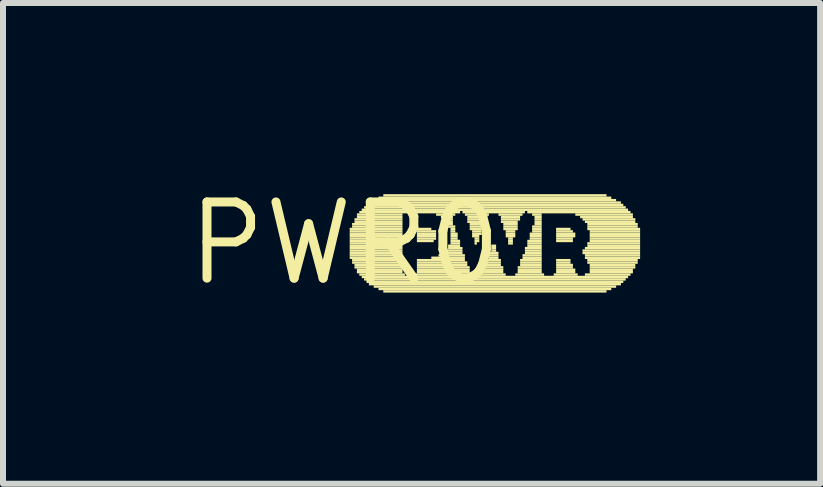
<source format=kicad_pcb>
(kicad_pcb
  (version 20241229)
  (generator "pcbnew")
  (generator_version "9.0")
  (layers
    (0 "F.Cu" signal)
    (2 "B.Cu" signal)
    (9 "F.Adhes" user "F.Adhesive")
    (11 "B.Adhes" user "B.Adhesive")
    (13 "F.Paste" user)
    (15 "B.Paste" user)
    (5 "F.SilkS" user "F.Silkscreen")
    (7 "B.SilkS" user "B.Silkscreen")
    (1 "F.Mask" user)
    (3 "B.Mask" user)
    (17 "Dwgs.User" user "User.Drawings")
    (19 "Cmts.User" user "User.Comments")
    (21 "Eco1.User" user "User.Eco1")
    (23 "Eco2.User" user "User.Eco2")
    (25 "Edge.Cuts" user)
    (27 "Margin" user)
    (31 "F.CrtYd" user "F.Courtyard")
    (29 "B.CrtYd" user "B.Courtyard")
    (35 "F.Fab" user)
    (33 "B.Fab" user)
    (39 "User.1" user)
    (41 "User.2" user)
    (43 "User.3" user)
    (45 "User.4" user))
  (footprint "PWR0"
    (layer "F.Cu")
    (at 2.698 1.006)
    (property "Reference" "PWR0" (at 0 0 0) (layer "F.SilkS") (effects (font (size 1.27 1.27) (thickness 0.15))))
    (fp_poly (pts (xy 0.08 -0.22) (xy 0.96 -0.22) (xy 0.96 -0.26) (xy 0.08 -0.26)) (stroke (width 0) (type solid)) (fill yes) (layer "F.SilkS"))
    (fp_poly (pts (xy 0.08 -0.18) (xy 0.96 -0.18) (xy 0.96 -0.22) (xy 0.08 -0.22)) (stroke (width 0) (type solid)) (fill yes) (layer "F.SilkS"))
    (fp_poly (pts (xy 0.08 -0.14) (xy 0.96 -0.14) (xy 0.96 -0.18) (xy 0.08 -0.18)) (stroke (width 0) (type solid)) (fill yes) (layer "F.SilkS"))
    (fp_poly (pts (xy 0.08 -0.1) (xy 0.96 -0.1) (xy 0.96 -0.14) (xy 0.08 -0.14)) (stroke (width 0) (type solid)) (fill yes) (layer "F.SilkS"))
    (fp_poly (pts (xy 0.08 -0.06) (xy 0.96 -0.06) (xy 0.96 -0.1) (xy 0.08 -0.1)) (stroke (width 0) (type solid)) (fill yes) (layer "F.SilkS"))
    (fp_poly (pts (xy 0.08 -0.02) (xy 0.96 -0.02) (xy 0.96 -0.06) (xy 0.08 -0.06)) (stroke (width 0) (type solid)) (fill yes) (layer "F.SilkS"))
    (fp_poly (pts (xy 0.08 0.02) (xy 0.96 0.02) (xy 0.96 -0.02) (xy 0.08 -0.02)) (stroke (width 0) (type solid)) (fill yes) (layer "F.SilkS"))
    (fp_poly (pts (xy 0.08 0.06) (xy 0.96 0.06) (xy 0.96 0.02) (xy 0.08 0.02)) (stroke (width 0) (type solid)) (fill yes) (layer "F.SilkS"))
    (fp_poly (pts (xy 0.08 0.1) (xy 0.96 0.1) (xy 0.96 0.06) (xy 0.08 0.06)) (stroke (width 0) (type solid)) (fill yes) (layer "F.SilkS"))
    (fp_poly (pts (xy 0.08 0.14) (xy 0.96 0.14) (xy 0.96 0.1) (xy 0.08 0.1)) (stroke (width 0) (type solid)) (fill yes) (layer "F.SilkS"))
    (fp_poly (pts (xy 0.08 0.18) (xy 0.96 0.18) (xy 0.96 0.14) (xy 0.08 0.14)) (stroke (width 0) (type solid)) (fill yes) (layer "F.SilkS"))
    (fp_poly (pts (xy 0.08 0.22) (xy 0.96 0.22) (xy 0.96 0.18) (xy 0.08 0.18)) (stroke (width 0) (type solid)) (fill yes) (layer "F.SilkS"))
    (fp_poly (pts (xy 0.08 0.26) (xy 0.96 0.26) (xy 0.96 0.22) (xy 0.08 0.22)) (stroke (width 0) (type solid)) (fill yes) (layer "F.SilkS"))
    (fp_poly (pts (xy 0.12 -0.3) (xy 0.96 -0.3) (xy 0.96 -0.34) (xy 0.12 -0.34)) (stroke (width 0) (type solid)) (fill yes) (layer "F.SilkS"))
    (fp_poly (pts (xy 0.12 -0.26) (xy 0.96 -0.26) (xy 0.96 -0.3) (xy 0.12 -0.3)) (stroke (width 0) (type solid)) (fill yes) (layer "F.SilkS"))
    (fp_poly (pts (xy 0.12 0.3) (xy 0.96 0.3) (xy 0.96 0.26) (xy 0.12 0.26)) (stroke (width 0) (type solid)) (fill yes) (layer "F.SilkS"))
    (fp_poly (pts (xy 0.12 0.34) (xy 0.96 0.34) (xy 0.96 0.3) (xy 0.12 0.3)) (stroke (width 0) (type solid)) (fill yes) (layer "F.SilkS"))
    (fp_poly (pts (xy 0.16 -0.38) (xy 0.96 -0.38) (xy 0.96 -0.42) (xy 0.16 -0.42)) (stroke (width 0) (type solid)) (fill yes) (layer "F.SilkS"))
    (fp_poly (pts (xy 0.16 -0.34) (xy 0.96 -0.34) (xy 0.96 -0.38) (xy 0.16 -0.38)) (stroke (width 0) (type solid)) (fill yes) (layer "F.SilkS"))
    (fp_poly (pts (xy 0.16 0.38) (xy 0.96 0.38) (xy 0.96 0.34) (xy 0.16 0.34)) (stroke (width 0) (type solid)) (fill yes) (layer "F.SilkS"))
    (fp_poly (pts (xy 0.16 0.42) (xy 0.96 0.42) (xy 0.96 0.38) (xy 0.16 0.38)) (stroke (width 0) (type solid)) (fill yes) (layer "F.SilkS"))
    (fp_poly (pts (xy 0.2 -0.46) (xy 0.96 -0.46) (xy 0.96 -0.5) (xy 0.2 -0.5)) (stroke (width 0) (type solid)) (fill yes) (layer "F.SilkS"))
    (fp_poly (pts (xy 0.2 -0.42) (xy 0.96 -0.42) (xy 0.96 -0.46) (xy 0.2 -0.46)) (stroke (width 0) (type solid)) (fill yes) (layer "F.SilkS"))
    (fp_poly (pts (xy 0.2 0.46) (xy 0.96 0.46) (xy 0.96 0.42) (xy 0.2 0.42)) (stroke (width 0) (type solid)) (fill yes) (layer "F.SilkS"))
    (fp_poly (pts (xy 0.2 0.5) (xy 0.96 0.5) (xy 0.96 0.46) (xy 0.2 0.46)) (stroke (width 0) (type solid)) (fill yes) (layer "F.SilkS"))
    (fp_poly (pts (xy 0.24 -0.5) (xy 1.92 -0.5) (xy 1.92 -0.54) (xy 0.24 -0.54)) (stroke (width 0) (type solid)) (fill yes) (layer "F.SilkS"))
    (fp_poly (pts (xy 0.24 0.54) (xy 1 0.54) (xy 1 0.5) (xy 0.24 0.5)) (stroke (width 0) (type solid)) (fill yes) (layer "F.SilkS"))
    (fp_poly (pts (xy 0.28 -0.54) (xy 4.72 -0.54) (xy 4.72 -0.58) (xy 0.28 -0.58)) (stroke (width 0) (type solid)) (fill yes) (layer "F.SilkS"))
    (fp_poly (pts (xy 0.28 0.58) (xy 4.72 0.58) (xy 4.72 0.54) (xy 0.28 0.54)) (stroke (width 0) (type solid)) (fill yes) (layer "F.SilkS"))
    (fp_poly (pts (xy 0.32 -0.58) (xy 4.68 -0.58) (xy 4.68 -0.62) (xy 0.32 -0.62)) (stroke (width 0) (type solid)) (fill yes) (layer "F.SilkS"))
    (fp_poly (pts (xy 0.32 0.62) (xy 4.68 0.62) (xy 4.68 0.58) (xy 0.32 0.58)) (stroke (width 0) (type solid)) (fill yes) (layer "F.SilkS"))
    (fp_poly (pts (xy 0.36 -0.62) (xy 4.64 -0.62) (xy 4.64 -0.66) (xy 0.36 -0.66)) (stroke (width 0) (type solid)) (fill yes) (layer "F.SilkS"))
    (fp_poly (pts (xy 0.36 0.66) (xy 4.64 0.66) (xy 4.64 0.62) (xy 0.36 0.62)) (stroke (width 0) (type solid)) (fill yes) (layer "F.SilkS"))
    (fp_poly (pts (xy 0.4 -0.66) (xy 4.6 -0.66) (xy 4.6 -0.7) (xy 0.4 -0.7)) (stroke (width 0) (type solid)) (fill yes) (layer "F.SilkS"))
    (fp_poly (pts (xy 0.4 0.7) (xy 4.6 0.7) (xy 4.6 0.66) (xy 0.4 0.66)) (stroke (width 0) (type solid)) (fill yes) (layer "F.SilkS"))
    (fp_poly (pts (xy 0.48 -0.7) (xy 4.52 -0.7) (xy 4.52 -0.74) (xy 0.48 -0.74)) (stroke (width 0) (type solid)) (fill yes) (layer "F.SilkS"))
    (fp_poly (pts (xy 0.48 0.74) (xy 4.52 0.74) (xy 4.52 0.7) (xy 0.48 0.7)) (stroke (width 0) (type solid)) (fill yes) (layer "F.SilkS"))
    (fp_poly (pts (xy 0.56 -0.74) (xy 4.44 -0.74) (xy 4.44 -0.78) (xy 0.56 -0.78)) (stroke (width 0) (type solid)) (fill yes) (layer "F.SilkS"))
    (fp_poly (pts (xy 0.56 0.78) (xy 4.44 0.78) (xy 4.44 0.74) (xy 0.56 0.74)) (stroke (width 0) (type solid)) (fill yes) (layer "F.SilkS"))
    (fp_poly (pts (xy 0.64 -0.78) (xy 4.36 -0.78) (xy 4.36 -0.82) (xy 0.64 -0.82)) (stroke (width 0) (type solid)) (fill yes) (layer "F.SilkS"))
    (fp_poly (pts (xy 0.64 0.82) (xy 4.36 0.82) (xy 4.36 0.78) (xy 0.64 0.78)) (stroke (width 0) (type solid)) (fill yes) (layer "F.SilkS"))
    (fp_poly (pts (xy 1.16 0.54) (xy 2.12 0.54) (xy 2.12 0.5) (xy 1.16 0.5)) (stroke (width 0) (type solid)) (fill yes) (layer "F.SilkS"))
    (fp_poly (pts (xy 1.2 -0.22) (xy 1.44 -0.22) (xy 1.44 -0.26) (xy 1.2 -0.26)) (stroke (width 0) (type solid)) (fill yes) (layer "F.SilkS"))
    (fp_poly (pts (xy 1.2 -0.18) (xy 1.52 -0.18) (xy 1.52 -0.22) (xy 1.2 -0.22)) (stroke (width 0) (type solid)) (fill yes) (layer "F.SilkS"))
    (fp_poly (pts (xy 1.2 -0.14) (xy 1.52 -0.14) (xy 1.52 -0.18) (xy 1.2 -0.18)) (stroke (width 0) (type solid)) (fill yes) (layer "F.SilkS"))
    (fp_poly (pts (xy 1.2 -0.1) (xy 1.52 -0.1) (xy 1.52 -0.14) (xy 1.2 -0.14)) (stroke (width 0) (type solid)) (fill yes) (layer "F.SilkS"))
    (fp_poly (pts (xy 1.2 -0.06) (xy 1.52 -0.06) (xy 1.52 -0.1) (xy 1.2 -0.1)) (stroke (width 0) (type solid)) (fill yes) (layer "F.SilkS"))
    (fp_poly (pts (xy 1.2 -0.02) (xy 1.48 -0.02) (xy 1.48 -0.06) (xy 1.2 -0.06)) (stroke (width 0) (type solid)) (fill yes) (layer "F.SilkS"))
    (fp_poly (pts (xy 1.2 0.3) (xy 2 0.3) (xy 2 0.26) (xy 1.2 0.26)) (stroke (width 0) (type solid)) (fill yes) (layer "F.SilkS"))
    (fp_poly (pts (xy 1.2 0.34) (xy 2.04 0.34) (xy 2.04 0.3) (xy 1.2 0.3)) (stroke (width 0) (type solid)) (fill yes) (layer "F.SilkS"))
    (fp_poly (pts (xy 1.2 0.38) (xy 2.04 0.38) (xy 2.04 0.34) (xy 1.2 0.34)) (stroke (width 0) (type solid)) (fill yes) (layer "F.SilkS"))
    (fp_poly (pts (xy 1.2 0.42) (xy 2.08 0.42) (xy 2.08 0.38) (xy 1.2 0.38)) (stroke (width 0) (type solid)) (fill yes) (layer "F.SilkS"))
    (fp_poly (pts (xy 1.2 0.46) (xy 2.08 0.46) (xy 2.08 0.42) (xy 1.2 0.42)) (stroke (width 0) (type solid)) (fill yes) (layer "F.SilkS"))
    (fp_poly (pts (xy 1.2 0.5) (xy 2.08 0.5) (xy 2.08 0.46) (xy 1.2 0.46)) (stroke (width 0) (type solid)) (fill yes) (layer "F.SilkS"))
    (fp_poly (pts (xy 1.44 0.26) (xy 2 0.26) (xy 2 0.22) (xy 1.44 0.22)) (stroke (width 0) (type solid)) (fill yes) (layer "F.SilkS"))
    (fp_poly (pts (xy 1.52 -0.46) (xy 1.84 -0.46) (xy 1.84 -0.5) (xy 1.52 -0.5)) (stroke (width 0) (type solid)) (fill yes) (layer "F.SilkS"))
    (fp_poly (pts (xy 1.56 0.22) (xy 2 0.22) (xy 2 0.18) (xy 1.56 0.18)) (stroke (width 0) (type solid)) (fill yes) (layer "F.SilkS"))
    (fp_poly (pts (xy 1.6 -0.42) (xy 1.8 -0.42) (xy 1.8 -0.46) (xy 1.6 -0.46)) (stroke (width 0) (type solid)) (fill yes) (layer "F.SilkS"))
    (fp_poly (pts (xy 1.64 -0.38) (xy 1.8 -0.38) (xy 1.8 -0.42) (xy 1.64 -0.42)) (stroke (width 0) (type solid)) (fill yes) (layer "F.SilkS"))
    (fp_poly (pts (xy 1.64 0.18) (xy 1.96 0.18) (xy 1.96 0.14) (xy 1.64 0.14)) (stroke (width 0) (type solid)) (fill yes) (layer "F.SilkS"))
    (fp_poly (pts (xy 1.68 -0.34) (xy 1.8 -0.34) (xy 1.8 -0.38) (xy 1.68 -0.38)) (stroke (width 0) (type solid)) (fill yes) (layer "F.SilkS"))
    (fp_poly (pts (xy 1.68 0.14) (xy 1.96 0.14) (xy 1.96 0.1) (xy 1.68 0.1)) (stroke (width 0) (type solid)) (fill yes) (layer "F.SilkS"))
    (fp_poly (pts (xy 1.72 -0.3) (xy 1.8 -0.3) (xy 1.8 -0.34) (xy 1.72 -0.34)) (stroke (width 0) (type solid)) (fill yes) (layer "F.SilkS"))
    (fp_poly (pts (xy 1.72 -0.26) (xy 1.84 -0.26) (xy 1.84 -0.3) (xy 1.72 -0.3)) (stroke (width 0) (type solid)) (fill yes) (layer "F.SilkS"))
    (fp_poly (pts (xy 1.72 0.06) (xy 1.92 0.06) (xy 1.92 0.02) (xy 1.72 0.02)) (stroke (width 0) (type solid)) (fill yes) (layer "F.SilkS"))
    (fp_poly (pts (xy 1.72 0.1) (xy 1.96 0.1) (xy 1.96 0.06) (xy 1.72 0.06)) (stroke (width 0) (type solid)) (fill yes) (layer "F.SilkS"))
    (fp_poly (pts (xy 1.76 -0.22) (xy 1.84 -0.22) (xy 1.84 -0.26) (xy 1.76 -0.26)) (stroke (width 0) (type solid)) (fill yes) (layer "F.SilkS"))
    (fp_poly (pts (xy 1.76 -0.18) (xy 1.84 -0.18) (xy 1.84 -0.22) (xy 1.76 -0.22)) (stroke (width 0) (type solid)) (fill yes) (layer "F.SilkS"))
    (fp_poly (pts (xy 1.76 -0.14) (xy 1.88 -0.14) (xy 1.88 -0.18) (xy 1.76 -0.18)) (stroke (width 0) (type solid)) (fill yes) (layer "F.SilkS"))
    (fp_poly (pts (xy 1.76 -0.1) (xy 1.88 -0.1) (xy 1.88 -0.14) (xy 1.76 -0.14)) (stroke (width 0) (type solid)) (fill yes) (layer "F.SilkS"))
    (fp_poly (pts (xy 1.76 -0.06) (xy 1.88 -0.06) (xy 1.88 -0.1) (xy 1.76 -0.1)) (stroke (width 0) (type solid)) (fill yes) (layer "F.SilkS"))
    (fp_poly (pts (xy 1.76 -0.02) (xy 1.92 -0.02) (xy 1.92 -0.06) (xy 1.76 -0.06)) (stroke (width 0) (type solid)) (fill yes) (layer "F.SilkS"))
    (fp_poly (pts (xy 1.76 0.02) (xy 1.92 0.02) (xy 1.92 -0.02) (xy 1.76 -0.02)) (stroke (width 0) (type solid)) (fill yes) (layer "F.SilkS"))
    (fp_poly (pts (xy 1.96 -0.5) (xy 3 -0.5) (xy 3 -0.54) (xy 1.96 -0.54)) (stroke (width 0) (type solid)) (fill yes) (layer "F.SilkS"))
    (fp_poly (pts (xy 2 -0.46) (xy 2.4 -0.46) (xy 2.4 -0.5) (xy 2 -0.5)) (stroke (width 0) (type solid)) (fill yes) (layer "F.SilkS"))
    (fp_poly (pts (xy 2.04 -0.42) (xy 2.36 -0.42) (xy 2.36 -0.46) (xy 2.04 -0.46)) (stroke (width 0) (type solid)) (fill yes) (layer "F.SilkS"))
    (fp_poly (pts (xy 2.04 -0.38) (xy 2.36 -0.38) (xy 2.36 -0.42) (xy 2.04 -0.42)) (stroke (width 0) (type solid)) (fill yes) (layer "F.SilkS"))
    (fp_poly (pts (xy 2.04 -0.34) (xy 2.32 -0.34) (xy 2.32 -0.38) (xy 2.04 -0.38)) (stroke (width 0) (type solid)) (fill yes) (layer "F.SilkS"))
    (fp_poly (pts (xy 2.08 -0.3) (xy 2.32 -0.3) (xy 2.32 -0.34) (xy 2.08 -0.34)) (stroke (width 0) (type solid)) (fill yes) (layer "F.SilkS"))
    (fp_poly (pts (xy 2.08 -0.26) (xy 2.32 -0.26) (xy 2.32 -0.3) (xy 2.08 -0.3)) (stroke (width 0) (type solid)) (fill yes) (layer "F.SilkS"))
    (fp_poly (pts (xy 2.08 -0.22) (xy 2.28 -0.22) (xy 2.28 -0.26) (xy 2.08 -0.26)) (stroke (width 0) (type solid)) (fill yes) (layer "F.SilkS"))
    (fp_poly (pts (xy 2.12 -0.18) (xy 2.28 -0.18) (xy 2.28 -0.22) (xy 2.12 -0.22)) (stroke (width 0) (type solid)) (fill yes) (layer "F.SilkS"))
    (fp_poly (pts (xy 2.12 -0.14) (xy 2.28 -0.14) (xy 2.28 -0.18) (xy 2.12 -0.18)) (stroke (width 0) (type solid)) (fill yes) (layer "F.SilkS"))
    (fp_poly (pts (xy 2.12 -0.1) (xy 2.24 -0.1) (xy 2.24 -0.14) (xy 2.12 -0.14)) (stroke (width 0) (type solid)) (fill yes) (layer "F.SilkS"))
    (fp_poly (pts (xy 2.16 -0.06) (xy 2.24 -0.06) (xy 2.24 -0.1) (xy 2.16 -0.1)) (stroke (width 0) (type solid)) (fill yes) (layer "F.SilkS"))
    (fp_poly (pts (xy 2.16 -0.02) (xy 2.24 -0.02) (xy 2.24 -0.06) (xy 2.16 -0.06)) (stroke (width 0) (type solid)) (fill yes) (layer "F.SilkS"))
    (fp_poly (pts (xy 2.16 0.02) (xy 2.2 0.02) (xy 2.2 -0.02) (xy 2.16 -0.02)) (stroke (width 0) (type solid)) (fill yes) (layer "F.SilkS"))
    (fp_poly (pts (xy 2.24 0.54) (xy 2.68 0.54) (xy 2.68 0.5) (xy 2.24 0.5)) (stroke (width 0) (type solid)) (fill yes) (layer "F.SilkS"))
    (fp_poly (pts (xy 2.28 0.5) (xy 2.64 0.5) (xy 2.64 0.46) (xy 2.28 0.46)) (stroke (width 0) (type solid)) (fill yes) (layer "F.SilkS"))
    (fp_poly (pts (xy 2.32 0.42) (xy 2.64 0.42) (xy 2.64 0.38) (xy 2.32 0.38)) (stroke (width 0) (type solid)) (fill yes) (layer "F.SilkS"))
    (fp_poly (pts (xy 2.32 0.46) (xy 2.64 0.46) (xy 2.64 0.42) (xy 2.32 0.42)) (stroke (width 0) (type solid)) (fill yes) (layer "F.SilkS"))
    (fp_poly (pts (xy 2.36 0.3) (xy 2.6 0.3) (xy 2.6 0.26) (xy 2.36 0.26)) (stroke (width 0) (type solid)) (fill yes) (layer "F.SilkS"))
    (fp_poly (pts (xy 2.36 0.34) (xy 2.6 0.34) (xy 2.6 0.3) (xy 2.36 0.3)) (stroke (width 0) (type solid)) (fill yes) (layer "F.SilkS"))
    (fp_poly (pts (xy 2.36 0.38) (xy 2.6 0.38) (xy 2.6 0.34) (xy 2.36 0.34)) (stroke (width 0) (type solid)) (fill yes) (layer "F.SilkS"))
    (fp_poly (pts (xy 2.4 0.18) (xy 2.56 0.18) (xy 2.56 0.14) (xy 2.4 0.14)) (stroke (width 0) (type solid)) (fill yes) (layer "F.SilkS"))
    (fp_poly (pts (xy 2.4 0.22) (xy 2.56 0.22) (xy 2.56 0.18) (xy 2.4 0.18)) (stroke (width 0) (type solid)) (fill yes) (layer "F.SilkS"))
    (fp_poly (pts (xy 2.4 0.26) (xy 2.56 0.26) (xy 2.56 0.22) (xy 2.4 0.22)) (stroke (width 0) (type solid)) (fill yes) (layer "F.SilkS"))
    (fp_poly (pts (xy 2.44 0.06) (xy 2.52 0.06) (xy 2.52 0.02) (xy 2.44 0.02)) (stroke (width 0) (type solid)) (fill yes) (layer "F.SilkS"))
    (fp_poly (pts (xy 2.44 0.1) (xy 2.52 0.1) (xy 2.52 0.06) (xy 2.44 0.06)) (stroke (width 0) (type solid)) (fill yes) (layer "F.SilkS"))
    (fp_poly (pts (xy 2.44 0.14) (xy 2.52 0.14) (xy 2.52 0.1) (xy 2.44 0.1)) (stroke (width 0) (type solid)) (fill yes) (layer "F.SilkS"))
    (fp_poly (pts (xy 2.56 -0.46) (xy 2.96 -0.46) (xy 2.96 -0.5) (xy 2.56 -0.5)) (stroke (width 0) (type solid)) (fill yes) (layer "F.SilkS"))
    (fp_poly (pts (xy 2.6 -0.42) (xy 2.92 -0.42) (xy 2.92 -0.46) (xy 2.6 -0.46)) (stroke (width 0) (type solid)) (fill yes) (layer "F.SilkS"))
    (fp_poly (pts (xy 2.6 -0.38) (xy 2.92 -0.38) (xy 2.92 -0.42) (xy 2.6 -0.42)) (stroke (width 0) (type solid)) (fill yes) (layer "F.SilkS"))
    (fp_poly (pts (xy 2.6 -0.34) (xy 2.88 -0.34) (xy 2.88 -0.38) (xy 2.6 -0.38)) (stroke (width 0) (type solid)) (fill yes) (layer "F.SilkS"))
    (fp_poly (pts (xy 2.64 -0.3) (xy 2.88 -0.3) (xy 2.88 -0.34) (xy 2.64 -0.34)) (stroke (width 0) (type solid)) (fill yes) (layer "F.SilkS"))
    (fp_poly (pts (xy 2.64 -0.26) (xy 2.88 -0.26) (xy 2.88 -0.3) (xy 2.64 -0.3)) (stroke (width 0) (type solid)) (fill yes) (layer "F.SilkS"))
    (fp_poly (pts (xy 2.64 -0.22) (xy 2.88 -0.22) (xy 2.88 -0.26) (xy 2.64 -0.26)) (stroke (width 0) (type solid)) (fill yes) (layer "F.SilkS"))
    (fp_poly (pts (xy 2.68 -0.18) (xy 2.84 -0.18) (xy 2.84 -0.22) (xy 2.68 -0.22)) (stroke (width 0) (type solid)) (fill yes) (layer "F.SilkS"))
    (fp_poly (pts (xy 2.68 -0.14) (xy 2.84 -0.14) (xy 2.84 -0.18) (xy 2.68 -0.18)) (stroke (width 0) (type solid)) (fill yes) (layer "F.SilkS"))
    (fp_poly (pts (xy 2.68 -0.1) (xy 2.84 -0.1) (xy 2.84 -0.14) (xy 2.68 -0.14)) (stroke (width 0) (type solid)) (fill yes) (layer "F.SilkS"))
    (fp_poly (pts (xy 2.72 -0.06) (xy 2.8 -0.06) (xy 2.8 -0.1) (xy 2.72 -0.1)) (stroke (width 0) (type solid)) (fill yes) (layer "F.SilkS"))
    (fp_poly (pts (xy 2.72 -0.02) (xy 2.8 -0.02) (xy 2.8 -0.06) (xy 2.72 -0.06)) (stroke (width 0) (type solid)) (fill yes) (layer "F.SilkS"))
    (fp_poly (pts (xy 2.72 0.02) (xy 2.8 0.02) (xy 2.8 -0.02) (xy 2.72 -0.02)) (stroke (width 0) (type solid)) (fill yes) (layer "F.SilkS"))
    (fp_poly (pts (xy 2.84 0.54) (xy 3.32 0.54) (xy 3.32 0.5) (xy 2.84 0.5)) (stroke (width 0) (type solid)) (fill yes) (layer "F.SilkS"))
    (fp_poly (pts (xy 2.88 0.42) (xy 3.28 0.42) (xy 3.28 0.38) (xy 2.88 0.38)) (stroke (width 0) (type solid)) (fill yes) (layer "F.SilkS"))
    (fp_poly (pts (xy 2.88 0.46) (xy 3.28 0.46) (xy 3.28 0.42) (xy 2.88 0.42)) (stroke (width 0) (type solid)) (fill yes) (layer "F.SilkS"))
    (fp_poly (pts (xy 2.88 0.5) (xy 3.28 0.5) (xy 3.28 0.46) (xy 2.88 0.46)) (stroke (width 0) (type solid)) (fill yes) (layer "F.SilkS"))
    (fp_poly (pts (xy 2.92 0.3) (xy 3.28 0.3) (xy 3.28 0.26) (xy 2.92 0.26)) (stroke (width 0) (type solid)) (fill yes) (layer "F.SilkS"))
    (fp_poly (pts (xy 2.92 0.34) (xy 3.28 0.34) (xy 3.28 0.3) (xy 2.92 0.3)) (stroke (width 0) (type solid)) (fill yes) (layer "F.SilkS"))
    (fp_poly (pts (xy 2.92 0.38) (xy 3.28 0.38) (xy 3.28 0.34) (xy 2.92 0.34)) (stroke (width 0) (type solid)) (fill yes) (layer "F.SilkS"))
    (fp_poly (pts (xy 2.96 0.22) (xy 3.28 0.22) (xy 3.28 0.18) (xy 2.96 0.18)) (stroke (width 0) (type solid)) (fill yes) (layer "F.SilkS"))
    (fp_poly (pts (xy 2.96 0.26) (xy 3.28 0.26) (xy 3.28 0.22) (xy 2.96 0.22)) (stroke (width 0) (type solid)) (fill yes) (layer "F.SilkS"))
    (fp_poly (pts (xy 3 0.1) (xy 3.28 0.1) (xy 3.28 0.06) (xy 3 0.06)) (stroke (width 0) (type solid)) (fill yes) (layer "F.SilkS"))
    (fp_poly (pts (xy 3 0.14) (xy 3.28 0.14) (xy 3.28 0.1) (xy 3 0.1)) (stroke (width 0) (type solid)) (fill yes) (layer "F.SilkS"))
    (fp_poly (pts (xy 3 0.18) (xy 3.28 0.18) (xy 3.28 0.14) (xy 3 0.14)) (stroke (width 0) (type solid)) (fill yes) (layer "F.SilkS"))
    (fp_poly (pts (xy 3.04 -0.5) (xy 4.76 -0.5) (xy 4.76 -0.54) (xy 3.04 -0.54)) (stroke (width 0) (type solid)) (fill yes) (layer "F.SilkS"))
    (fp_poly (pts (xy 3.04 -0.02) (xy 3.28 -0.02) (xy 3.28 -0.06) (xy 3.04 -0.06)) (stroke (width 0) (type solid)) (fill yes) (layer "F.SilkS"))
    (fp_poly (pts (xy 3.04 0.02) (xy 3.28 0.02) (xy 3.28 -0.02) (xy 3.04 -0.02)) (stroke (width 0) (type solid)) (fill yes) (layer "F.SilkS"))
    (fp_poly (pts (xy 3.04 0.06) (xy 3.28 0.06) (xy 3.28 0.02) (xy 3.04 0.02)) (stroke (width 0) (type solid)) (fill yes) (layer "F.SilkS"))
    (fp_poly (pts (xy 3.08 -0.14) (xy 3.28 -0.14) (xy 3.28 -0.18) (xy 3.08 -0.18)) (stroke (width 0) (type solid)) (fill yes) (layer "F.SilkS"))
    (fp_poly (pts (xy 3.08 -0.1) (xy 3.28 -0.1) (xy 3.28 -0.14) (xy 3.08 -0.14)) (stroke (width 0) (type solid)) (fill yes) (layer "F.SilkS"))
    (fp_poly (pts (xy 3.08 -0.06) (xy 3.28 -0.06) (xy 3.28 -0.1) (xy 3.08 -0.1)) (stroke (width 0) (type solid)) (fill yes) (layer "F.SilkS"))
    (fp_poly (pts (xy 3.12 -0.46) (xy 3.28 -0.46) (xy 3.28 -0.5) (xy 3.12 -0.5)) (stroke (width 0) (type solid)) (fill yes) (layer "F.SilkS"))
    (fp_poly (pts (xy 3.12 -0.26) (xy 3.28 -0.26) (xy 3.28 -0.3) (xy 3.12 -0.3)) (stroke (width 0) (type solid)) (fill yes) (layer "F.SilkS"))
    (fp_poly (pts (xy 3.12 -0.22) (xy 3.28 -0.22) (xy 3.28 -0.26) (xy 3.12 -0.26)) (stroke (width 0) (type solid)) (fill yes) (layer "F.SilkS"))
    (fp_poly (pts (xy 3.12 -0.18) (xy 3.28 -0.18) (xy 3.28 -0.22) (xy 3.12 -0.22)) (stroke (width 0) (type solid)) (fill yes) (layer "F.SilkS"))
    (fp_poly (pts (xy 3.16 -0.42) (xy 3.28 -0.42) (xy 3.28 -0.46) (xy 3.16 -0.46)) (stroke (width 0) (type solid)) (fill yes) (layer "F.SilkS"))
    (fp_poly (pts (xy 3.16 -0.38) (xy 3.28 -0.38) (xy 3.28 -0.42) (xy 3.16 -0.42)) (stroke (width 0) (type solid)) (fill yes) (layer "F.SilkS"))
    (fp_poly (pts (xy 3.16 -0.34) (xy 3.28 -0.34) (xy 3.28 -0.38) (xy 3.16 -0.38)) (stroke (width 0) (type solid)) (fill yes) (layer "F.SilkS"))
    (fp_poly (pts (xy 3.16 -0.3) (xy 3.28 -0.3) (xy 3.28 -0.34) (xy 3.16 -0.34)) (stroke (width 0) (type solid)) (fill yes) (layer "F.SilkS"))
    (fp_poly (pts (xy 3.48 0.54) (xy 3.88 0.54) (xy 3.88 0.5) (xy 3.48 0.5)) (stroke (width 0) (type solid)) (fill yes) (layer "F.SilkS"))
    (fp_poly (pts (xy 3.52 -0.22) (xy 3.76 -0.22) (xy 3.76 -0.26) (xy 3.52 -0.26)) (stroke (width 0) (type solid)) (fill yes) (layer "F.SilkS"))
    (fp_poly (pts (xy 3.52 -0.18) (xy 3.8 -0.18) (xy 3.8 -0.22) (xy 3.52 -0.22)) (stroke (width 0) (type solid)) (fill yes) (layer "F.SilkS"))
    (fp_poly (pts (xy 3.52 -0.14) (xy 3.84 -0.14) (xy 3.84 -0.18) (xy 3.52 -0.18)) (stroke (width 0) (type solid)) (fill yes) (layer "F.SilkS"))
    (fp_poly (pts (xy 3.52 -0.1) (xy 3.84 -0.1) (xy 3.84 -0.14) (xy 3.52 -0.14)) (stroke (width 0) (type solid)) (fill yes) (layer "F.SilkS"))
    (fp_poly (pts (xy 3.52 -0.06) (xy 3.8 -0.06) (xy 3.8 -0.1) (xy 3.52 -0.1)) (stroke (width 0) (type solid)) (fill yes) (layer "F.SilkS"))
    (fp_poly (pts (xy 3.52 -0.02) (xy 3.8 -0.02) (xy 3.8 -0.06) (xy 3.52 -0.06)) (stroke (width 0) (type solid)) (fill yes) (layer "F.SilkS"))
    (fp_poly (pts (xy 3.52 0.3) (xy 3.76 0.3) (xy 3.76 0.26) (xy 3.52 0.26)) (stroke (width 0) (type solid)) (fill yes) (layer "F.SilkS"))
    (fp_poly (pts (xy 3.52 0.34) (xy 3.76 0.34) (xy 3.76 0.3) (xy 3.52 0.3)) (stroke (width 0) (type solid)) (fill yes) (layer "F.SilkS"))
    (fp_poly (pts (xy 3.52 0.38) (xy 3.8 0.38) (xy 3.8 0.34) (xy 3.52 0.34)) (stroke (width 0) (type solid)) (fill yes) (layer "F.SilkS"))
    (fp_poly (pts (xy 3.52 0.42) (xy 3.8 0.42) (xy 3.8 0.38) (xy 3.52 0.38)) (stroke (width 0) (type solid)) (fill yes) (layer "F.SilkS"))
    (fp_poly (pts (xy 3.52 0.46) (xy 3.84 0.46) (xy 3.84 0.42) (xy 3.52 0.42)) (stroke (width 0) (type solid)) (fill yes) (layer "F.SilkS"))
    (fp_poly (pts (xy 3.52 0.5) (xy 3.84 0.5) (xy 3.84 0.46) (xy 3.52 0.46)) (stroke (width 0) (type solid)) (fill yes) (layer "F.SilkS"))
    (fp_poly (pts (xy 3.84 -0.46) (xy 4.8 -0.46) (xy 4.8 -0.5) (xy 3.84 -0.5)) (stroke (width 0) (type solid)) (fill yes) (layer "F.SilkS"))
    (fp_poly (pts (xy 3.92 -0.42) (xy 4.8 -0.42) (xy 4.8 -0.46) (xy 3.92 -0.46)) (stroke (width 0) (type solid)) (fill yes) (layer "F.SilkS"))
    (fp_poly (pts (xy 3.96 -0.38) (xy 4.84 -0.38) (xy 4.84 -0.42) (xy 3.96 -0.42)) (stroke (width 0) (type solid)) (fill yes) (layer "F.SilkS"))
    (fp_poly (pts (xy 3.96 0.14) (xy 4.92 0.14) (xy 4.92 0.1) (xy 3.96 0.1)) (stroke (width 0) (type solid)) (fill yes) (layer "F.SilkS"))
    (fp_poly (pts (xy 3.96 0.18) (xy 4.92 0.18) (xy 4.92 0.14) (xy 3.96 0.14)) (stroke (width 0) (type solid)) (fill yes) (layer "F.SilkS"))
    (fp_poly (pts (xy 4 -0.34) (xy 4.84 -0.34) (xy 4.84 -0.38) (xy 4 -0.38)) (stroke (width 0) (type solid)) (fill yes) (layer "F.SilkS"))
    (fp_poly (pts (xy 4 0.1) (xy 4.92 0.1) (xy 4.92 0.06) (xy 4 0.06)) (stroke (width 0) (type solid)) (fill yes) (layer "F.SilkS"))
    (fp_poly (pts (xy 4 0.22) (xy 4.92 0.22) (xy 4.92 0.18) (xy 4 0.18)) (stroke (width 0) (type solid)) (fill yes) (layer "F.SilkS"))
    (fp_poly (pts (xy 4 0.26) (xy 4.92 0.26) (xy 4.92 0.22) (xy 4 0.22)) (stroke (width 0) (type solid)) (fill yes) (layer "F.SilkS"))
    (fp_poly (pts (xy 4 0.54) (xy 4.76 0.54) (xy 4.76 0.5) (xy 4 0.5)) (stroke (width 0) (type solid)) (fill yes) (layer "F.SilkS"))
    (fp_poly (pts (xy 4.04 -0.3) (xy 4.88 -0.3) (xy 4.88 -0.34) (xy 4.04 -0.34)) (stroke (width 0) (type solid)) (fill yes) (layer "F.SilkS"))
    (fp_poly (pts (xy 4.04 -0.26) (xy 4.88 -0.26) (xy 4.88 -0.3) (xy 4.04 -0.3)) (stroke (width 0) (type solid)) (fill yes) (layer "F.SilkS"))
    (fp_poly (pts (xy 4.04 -0.22) (xy 4.92 -0.22) (xy 4.92 -0.26) (xy 4.04 -0.26)) (stroke (width 0) (type solid)) (fill yes) (layer "F.SilkS"))
    (fp_poly (pts (xy 4.04 0.02) (xy 4.92 0.02) (xy 4.92 -0.02) (xy 4.04 -0.02)) (stroke (width 0) (type solid)) (fill yes) (layer "F.SilkS"))
    (fp_poly (pts (xy 4.04 0.06) (xy 4.92 0.06) (xy 4.92 0.02) (xy 4.04 0.02)) (stroke (width 0) (type solid)) (fill yes) (layer "F.SilkS"))
    (fp_poly (pts (xy 4.04 0.3) (xy 4.88 0.3) (xy 4.88 0.26) (xy 4.04 0.26)) (stroke (width 0) (type solid)) (fill yes) (layer "F.SilkS"))
    (fp_poly (pts (xy 4.04 0.34) (xy 4.88 0.34) (xy 4.88 0.3) (xy 4.04 0.3)) (stroke (width 0) (type solid)) (fill yes) (layer "F.SilkS"))
    (fp_poly (pts (xy 4.08 -0.18) (xy 4.92 -0.18) (xy 4.92 -0.22) (xy 4.08 -0.22)) (stroke (width 0) (type solid)) (fill yes) (layer "F.SilkS"))
    (fp_poly (pts (xy 4.08 -0.14) (xy 4.92 -0.14) (xy 4.92 -0.18) (xy 4.08 -0.18)) (stroke (width 0) (type solid)) (fill yes) (layer "F.SilkS"))
    (fp_poly (pts (xy 4.08 -0.1) (xy 4.92 -0.1) (xy 4.92 -0.14) (xy 4.08 -0.14)) (stroke (width 0) (type solid)) (fill yes) (layer "F.SilkS"))
    (fp_poly (pts (xy 4.08 -0.06) (xy 4.92 -0.06) (xy 4.92 -0.1) (xy 4.08 -0.1)) (stroke (width 0) (type solid)) (fill yes) (layer "F.SilkS"))
    (fp_poly (pts (xy 4.08 -0.02) (xy 4.92 -0.02) (xy 4.92 -0.06) (xy 4.08 -0.06)) (stroke (width 0) (type solid)) (fill yes) (layer "F.SilkS"))
    (fp_poly (pts (xy 4.08 0.38) (xy 4.84 0.38) (xy 4.84 0.34) (xy 4.08 0.34)) (stroke (width 0) (type solid)) (fill yes) (layer "F.SilkS"))
    (fp_poly (pts (xy 4.08 0.42) (xy 4.84 0.42) (xy 4.84 0.38) (xy 4.08 0.38)) (stroke (width 0) (type solid)) (fill yes) (layer "F.SilkS"))
    (fp_poly (pts (xy 4.08 0.46) (xy 4.8 0.46) (xy 4.8 0.42) (xy 4.08 0.42)) (stroke (width 0) (type solid)) (fill yes) (layer "F.SilkS"))
    (fp_poly (pts (xy 4.08 0.5) (xy 4.8 0.5) (xy 4.8 0.46) (xy 4.08 0.46)) (stroke (width 0) (type solid)) (fill yes) (layer "F.SilkS")))
  (gr_rect
    (start -3 -3)
    (end 10.618 5.012)
    (stroke (width 0.1) (type default))
    (fill no)
    (layer "Edge.Cuts")))
</source>
